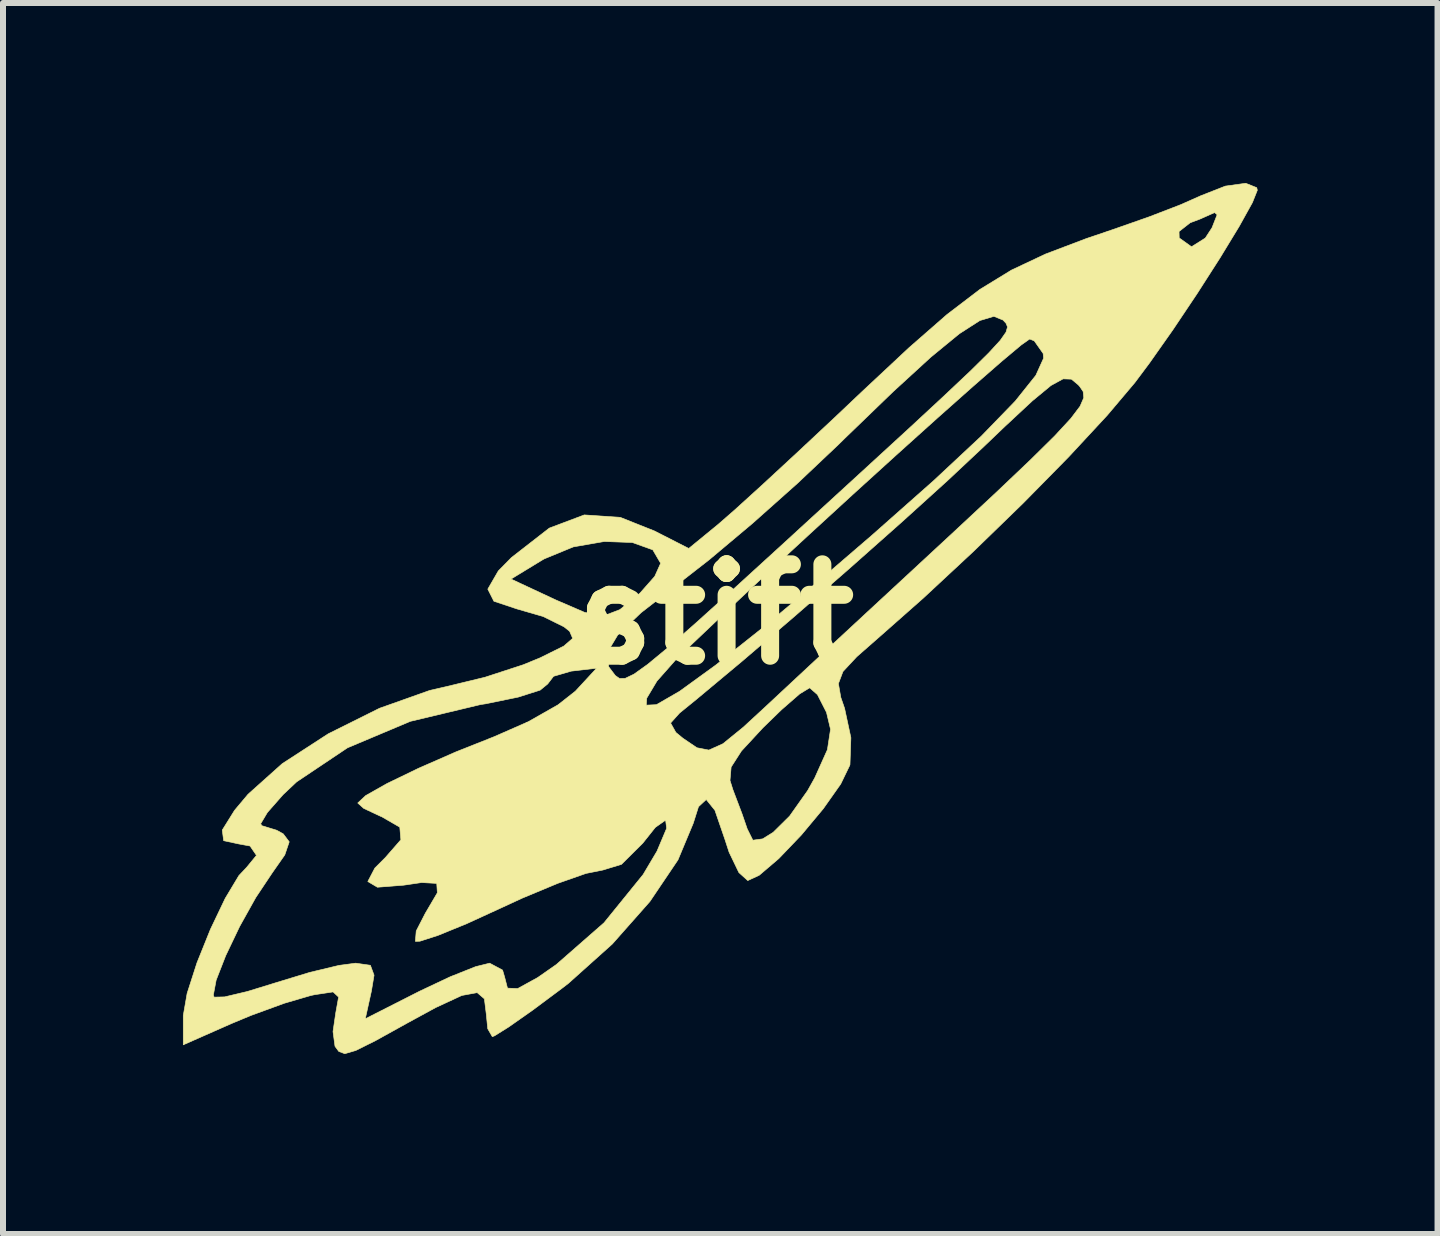
<source format=kicad_pcb>
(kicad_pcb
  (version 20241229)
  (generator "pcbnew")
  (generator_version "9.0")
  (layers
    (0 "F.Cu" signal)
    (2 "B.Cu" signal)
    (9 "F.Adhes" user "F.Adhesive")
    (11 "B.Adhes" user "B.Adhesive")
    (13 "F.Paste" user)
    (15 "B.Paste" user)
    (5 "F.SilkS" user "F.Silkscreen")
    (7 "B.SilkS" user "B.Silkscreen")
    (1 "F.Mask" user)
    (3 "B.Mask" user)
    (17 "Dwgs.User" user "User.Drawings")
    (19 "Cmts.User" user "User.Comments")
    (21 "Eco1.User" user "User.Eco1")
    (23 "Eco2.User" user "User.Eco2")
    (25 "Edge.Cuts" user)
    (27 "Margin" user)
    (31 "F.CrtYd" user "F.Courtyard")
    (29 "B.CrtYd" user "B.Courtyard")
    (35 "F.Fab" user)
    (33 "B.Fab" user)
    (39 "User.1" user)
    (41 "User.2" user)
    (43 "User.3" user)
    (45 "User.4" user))
  (footprint "stift"
    (layer "F.Cu")
    (at 8.88 7.191)
    (property "Reference" "stift" (at 0 0 0) (layer "F.SilkS") (effects (font (size 1.524 1.524) (thickness 0.3))))
    (attr through_hole)
    (fp_poly (pts (xy 9.018 -7.113) (xy 9.028 -7.07) (xy 8.946 -6.864) (xy 8.726 -6.468) (xy 8.406 -5.942) (xy 8.024 -5.346) (xy 7.618 -4.74) (xy 7.227 -4.185) (xy 6.987 -3.864) (xy 6.525 -3.317) (xy 5.886 -2.628) (xy 5.125 -1.854) (xy 4.298 -1.051) (xy 3.463 -0.274) (xy 2.776 0.333) (xy 2.352 0.705) (xy 2.121 0.953) (xy 2.045 1.154) (xy 2.085 1.384) (xy 2.148 1.566) (xy 2.253 2.055) (xy 2.238 2.503) (xy 2.235 2.515) (xy 2.084 2.827) (xy 1.794 3.238) (xy 1.428 3.677) (xy 1.051 4.071) (xy 0.726 4.348) (xy 0.534 4.437) (xy 0.386 4.303) (xy 0.223 3.964) (xy 0.153 3.749) (xy -0.013 3.266) (xy -0.158 3.086) (xy -0.287 3.206) (xy -0.374 3.481) (xy -0.629 4.092) (xy -1.097 4.786) (xy -1.724 5.495) (xy -2.456 6.151) (xy -2.572 6.24) (xy -3.057 6.601) (xy -3.45 6.877) (xy -3.687 7.025) (xy -3.724 7.039) (xy -3.8 6.907) (xy -3.825 6.656) (xy -3.856 6.408) (xy -3.976 6.305) (xy -4.232 6.352) (xy -4.668 6.554) (xy -5.136 6.809) (xy -5.67 7.105) (xy -5.999 7.269) (xy -6.183 7.323) (xy -6.283 7.285) (xy -6.346 7.199) (xy -6.379 6.954) (xy -6.334 6.646) (xy -6.286 6.379) (xy -6.378 6.293) (xy -6.684 6.339) (xy -6.75 6.353) (xy -7.191 6.482) (xy -7.749 6.686) (xy -8.071 6.82) (xy -8.875 7.175) (xy -8.875 6.686) (xy -8.816 6.347) (xy -8.374 6.347) (xy -8.361 6.38) (xy -8.186 6.376) (xy -7.807 6.286) (xy -7.323 6.137) (xy -6.768 5.968) (xy -6.28 5.851) (xy -6.002 5.814) (xy -5.756 5.849) (xy -5.695 6.014) (xy -5.739 6.278) (xy -5.841 6.741) (xy -4.929 6.278) (xy -4.424 6.04) (xy -4.002 5.872) (xy -3.768 5.814) (xy -3.553 5.929) (xy -3.519 6.044) (xy -3.471 6.23) (xy -3.301 6.237) (xy -2.968 6.054) (xy -2.657 5.837) (xy -1.862 5.141) (xy -1.21 4.337) (xy -0.978 3.946) (xy -0.818 3.566) (xy -0.835 3.43) (xy -1.006 3.55) (xy -1.216 3.814) (xy -1.571 4.167) (xy -1.883 4.262) (xy -2.162 4.318) (xy -2.635 4.484) (xy -3.223 4.729) (xy -3.57 4.889) (xy -4.152 5.156) (xy -4.627 5.35) (xy -4.931 5.448) (xy -5.006 5.45) (xy -4.992 5.277) (xy -4.841 4.983) (xy -4.64 4.641) (xy -4.65 4.484) (xy -4.903 4.47) (xy -5.202 4.514) (xy -5.639 4.548) (xy -5.799 4.453) (xy -5.682 4.229) (xy -5.508 4.055) (xy -5.248 3.757) (xy -5.266 3.547) (xy -5.567 3.373) (xy -5.585 3.366) (xy -5.867 3.234) (xy -5.967 3.144) (xy -5.835 3.021) (xy -5.478 2.819) (xy -5.372 2.768) (xy 0.238 2.768) (xy 0.286 2.921) (xy 0.439 3.325) (xy 0.525 3.575) (xy 0.619 3.764) (xy 0.782 3.742) (xy 0.958 3.633) (xy 1.232 3.362) (xy 1.532 2.938) (xy 1.651 2.725) (xy 1.862 2.255) (xy 1.914 1.915) (xy 1.847 1.634) (xy 1.696 1.338) (xy 1.566 1.224) (xy 1.4 1.325) (xy 1.097 1.589) (xy 0.789 1.888) (xy 0.428 2.278) (xy 0.257 2.545) (xy 0.238 2.768) (xy -5.372 2.768) (xy -4.957 2.567) (xy -4.335 2.294) (xy -3.691 2.038) (xy -3.174 1.811) (xy -0.752 1.811) (xy -0.664 1.968) (xy -0.545 2.066) (xy -0.313 2.223) (xy -0.114 2.262) (xy 0.121 2.156) (xy 0.458 1.882) (xy 0.814 1.554) (xy 1.257 1.141) (xy 1.841 0.597) (xy 2.484 0.001) (xy 2.984 -0.462) (xy 3.933 -1.341) (xy 4.68 -2.037) (xy 5.245 -2.574) (xy 5.651 -2.975) (xy 5.92 -3.266) (xy 6.074 -3.47) (xy 6.135 -3.611) (xy 6.125 -3.714) (xy 6.065 -3.802) (xy 6.043 -3.826) (xy 5.929 -3.921) (xy 5.791 -3.926) (xy 5.588 -3.815) (xy 5.278 -3.559) (xy 4.817 -3.13) (xy 4.472 -2.8) (xy 3.865 -2.231) (xy 3.09 -1.529) (xy 2.216 -0.754) (xy 1.31 0.036) (xy 0.443 0.778) (xy -0.319 1.414) (xy -0.603 1.645) (xy -0.752 1.811) (xy -3.174 1.811) (xy -3.124 1.789) (xy -2.638 1.513) (xy -1.158 1.513) (xy -0.988 1.505) (xy -0.602 1.282) (xy -0.002 0.847) (xy 0.812 0.2) (xy 1.837 -0.659) (xy 2.601 -1.316) (xy 3.635 -2.231) (xy 4.43 -2.974) (xy 4.994 -3.556) (xy 5.336 -3.984) (xy 5.465 -4.269) (xy 5.458 -4.349) (xy 5.31 -4.559) (xy 5.233 -4.59) (xy 5.093 -4.491) (xy 4.765 -4.216) (xy 4.284 -3.796) (xy 3.685 -3.264) (xy 3.005 -2.652) (xy 2.278 -1.992) (xy 1.541 -1.316) (xy 0.828 -0.657) (xy 0.175 -0.046) (xy -0.383 0.484) (xy -0.67 0.761) (xy -0.98 1.112) (xy -1.15 1.397) (xy -1.158 1.513) (xy -2.638 1.513) (xy -2.63 1.509) (xy -2.339 1.28) (xy -1.985 0.897) (xy -2.408 0.946) (xy -2.703 1.032) (xy -2.801 1.16) (xy -2.927 1.263) (xy -3.292 1.379) (xy -3.833 1.49) (xy -3.919 1.503) (xy -5.091 1.783) (xy -6.138 2.224) (xy -6.986 2.792) (xy -7.21 3.003) (xy -7.473 3.302) (xy -7.585 3.49) (xy -7.566 3.522) (xy -7.318 3.598) (xy -7.209 3.658) (xy -7.109 3.791) (xy -7.183 4.009) (xy -7.396 4.314) (xy -7.666 4.719) (xy -7.936 5.203) (xy -8.168 5.689) (xy -8.327 6.096) (xy -8.374 6.347) (xy -8.816 6.347) (xy -8.811 6.318) (xy -8.647 5.808) (xy -8.422 5.249) (xy -8.176 4.734) (xy -7.948 4.354) (xy -7.819 4.217) (xy -7.655 4.017) (xy -7.762 3.861) (xy -7.957 3.825) (xy -8.202 3.772) (xy -8.225 3.595) (xy -8.02 3.266) (xy -7.795 2.998) (xy -7.225 2.488) (xy -6.459 1.991) (xy -5.604 1.565) (xy -4.768 1.268) (xy -4.482 1.202) (xy -3.846 1.048) (xy -3.209 0.84) (xy -2.924 0.723) (xy -2.745 0.634) (xy -1.807 0.634) (xy -1.784 0.873) (xy -1.673 1.02) (xy -1.604 1.068) (xy -1.51 1.067) (xy -1.362 0.996) (xy -1.134 0.833) (xy -0.799 0.556) (xy -0.33 0.143) (xy 0.302 -0.427) (xy 1.123 -1.176) (xy 1.426 -1.454) (xy 2.414 -2.359) (xy 3.199 -3.079) (xy 3.802 -3.638) (xy 4.246 -4.057) (xy 4.552 -4.359) (xy 4.743 -4.567) (xy 4.839 -4.704) (xy 4.864 -4.791) (xy 4.84 -4.851) (xy 4.789 -4.906) (xy 4.637 -4.968) (xy 4.403 -4.898) (xy 4.061 -4.678) (xy 3.587 -4.289) (xy 2.958 -3.713) (xy 2.149 -2.932) (xy 2.041 -2.826) (xy 1.361 -2.183) (xy 0.612 -1.516) (xy -0.106 -0.913) (xy -0.609 -0.521) (xy -1.243 -0.029) (xy -1.634 0.345) (xy -1.807 0.634) (xy -2.745 0.634) (xy -2.533 0.529) (xy -2.384 0.4) (xy -2.435 0.282) (xy -2.529 0.207) (xy -2.877 0.035) (xy -3.316 -0.092) (xy -3.697 -0.219) (xy -3.799 -0.421) (xy -3.702 -0.589) (xy -3.412 -0.589) (xy -2.662 -0.239) (xy -2.184 -0.033) (xy -1.867 0.024) (xy -1.598 -0.079) (xy -1.268 -0.35) (xy -1.262 -0.355) (xy -1.016 -0.634) (xy -0.918 -0.852) (xy -1.049 -1.076) (xy -1.389 -1.198) (xy -1.857 -1.215) (xy -2.374 -1.125) (xy -2.857 -0.926) (xy -2.892 -0.906) (xy -3.412 -0.589) (xy -3.702 -0.589) (xy -3.624 -0.724) (xy -3.405 -0.947) (xy -2.774 -1.438) (xy -2.191 -1.658) (xy -1.59 -1.617) (xy -1.022 -1.391) (xy -0.449 -1.099) (xy 0.043 -1.502) (xy 0.319 -1.743) (xy 0.767 -2.15) (xy 1.338 -2.678) (xy 1.983 -3.281) (xy 2.439 -3.713) (xy 3.222 -4.445) (xy 3.856 -4.999) (xy 4.404 -5.417) (xy 4.93 -5.739) (xy 5.499 -6.007) (xy 6.174 -6.263) (xy 6.525 -6.382) (xy 7.723 -6.382) (xy 7.726 -6.275) (xy 7.931 -6.128) (xy 8.161 -6.273) (xy 8.273 -6.445) (xy 8.358 -6.662) (xy 8.316 -6.698) (xy 8.071 -6.589) (xy 7.909 -6.528) (xy 7.723 -6.382) (xy 6.525 -6.382) (xy 6.639 -6.421) (xy 7.226 -6.627) (xy 7.75 -6.829) (xy 8.09 -6.98) (xy 8.495 -7.139) (xy 8.835 -7.186) (xy 9.018 -7.113)) (stroke (width 0.01) (type solid)) (fill yes) (layer "F.SilkS")))
  (gr_rect
    (start -3 -3)
    (end 20.912 17.519)
    (stroke (width 0.1) (type default))
    (fill no)
    (layer "Edge.Cuts")))
</source>
